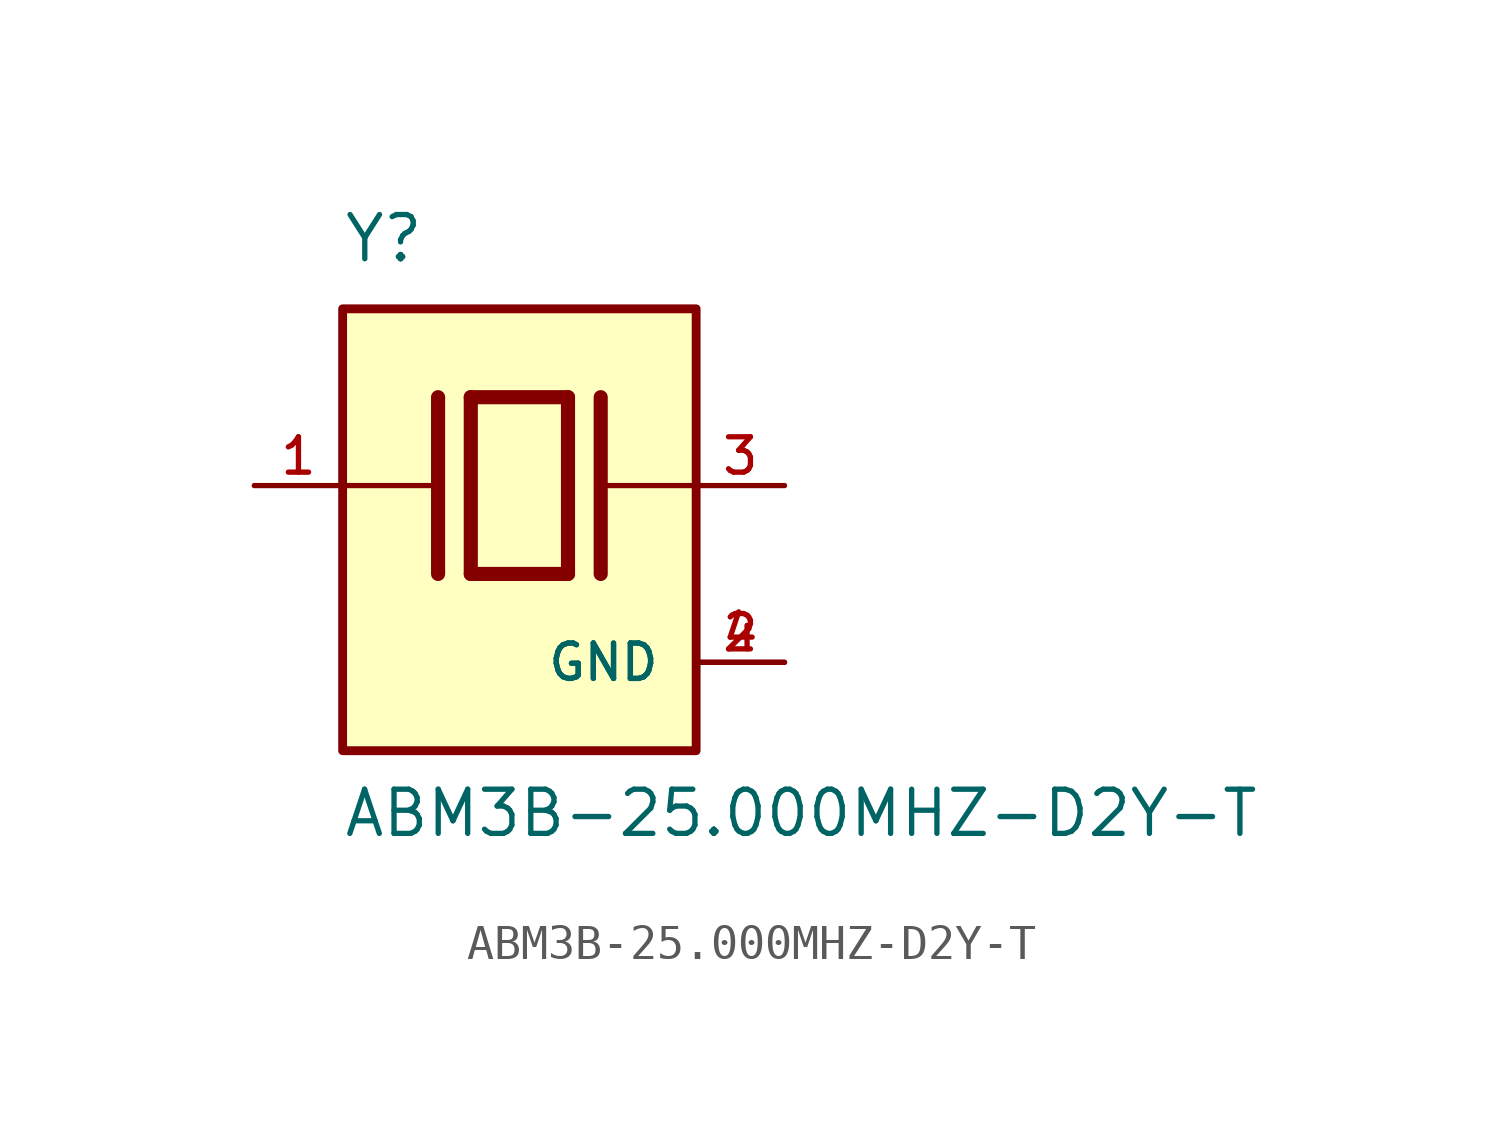
<source format=kicad_sym>
(kicad_symbol_lib
  (version 20211014)
  (generator kicad_symbol_editor)
  (symbol "ABM3B-25.000MHZ-D2Y-T"
    (pin_names
      (offset 1.016))
    (property "Reference" "Y"
      (at -5.088 6.356 0)
      (effects (font (size 1.27 1.27)) (justify bottom left)))
    (property "Value" "ABM3B-25.000MHZ-D2Y-T"
      (at -5.094 -10.16 0)
      (effects (font (size 1.27 1.27)) (justify bottom left)))
    (symbol "ABM3B-25.000MHZ-D2Y-T_0_0"
      (polyline (pts (xy -1.397 2.54) (xy 1.397 2.54)) (stroke (width 0.406)))
      (polyline (pts (xy 1.397 2.54) (xy 1.397 -2.54)) (stroke (width 0.406)))
      (polyline (pts (xy 1.397 -2.54) (xy -1.397 -2.54)) (stroke (width 0.406)))
      (polyline (pts (xy -1.397 2.54) (xy -1.397 -2.54)) (stroke (width 0.406)))
      (polyline (pts (xy 2.337 2.54) (xy 2.337 -2.54)) (stroke (width 0.406)))
      (polyline (pts (xy -2.337 2.54) (xy -2.337 -2.54)) (stroke (width 0.406)))
      (polyline (pts (xy -5.08 0.0) (xy -2.54 0.0)) (stroke (width 0.152)))
      (polyline (pts (xy 2.54 0.0) (xy 5.08 0.0)) (stroke (width 0.152)))
      (rectangle (start -5.08 -7.62) (end 5.08 5.08) (stroke (width 0.254)) (fill (type background)))
      (pin passive line (at 7.62 0.0 180.0) (length 2.54) (name "~" (effects (font (size 1.016 1.016)))) (number "3" (effects (font (size 1.016 1.016)))))
      (pin passive line (at -7.62 0.0 0) (length 2.54) (name "~" (effects (font (size 1.016 1.016)))) (number "1" (effects (font (size 1.016 1.016)))))
      (pin power_in line (at 7.62 -5.08 180.0) (length 2.54) (name "GND" (effects (font (size 1.016 1.016)))) (number "2" (effects (font (size 1.016 1.016)))))
      (pin power_in line (at 7.62 -5.08 180.0) (length 2.54) (name "GND" (effects (font (size 1.016 1.016)))) (number "4" (effects (font (size 1.016 1.016))))))))
</source>
